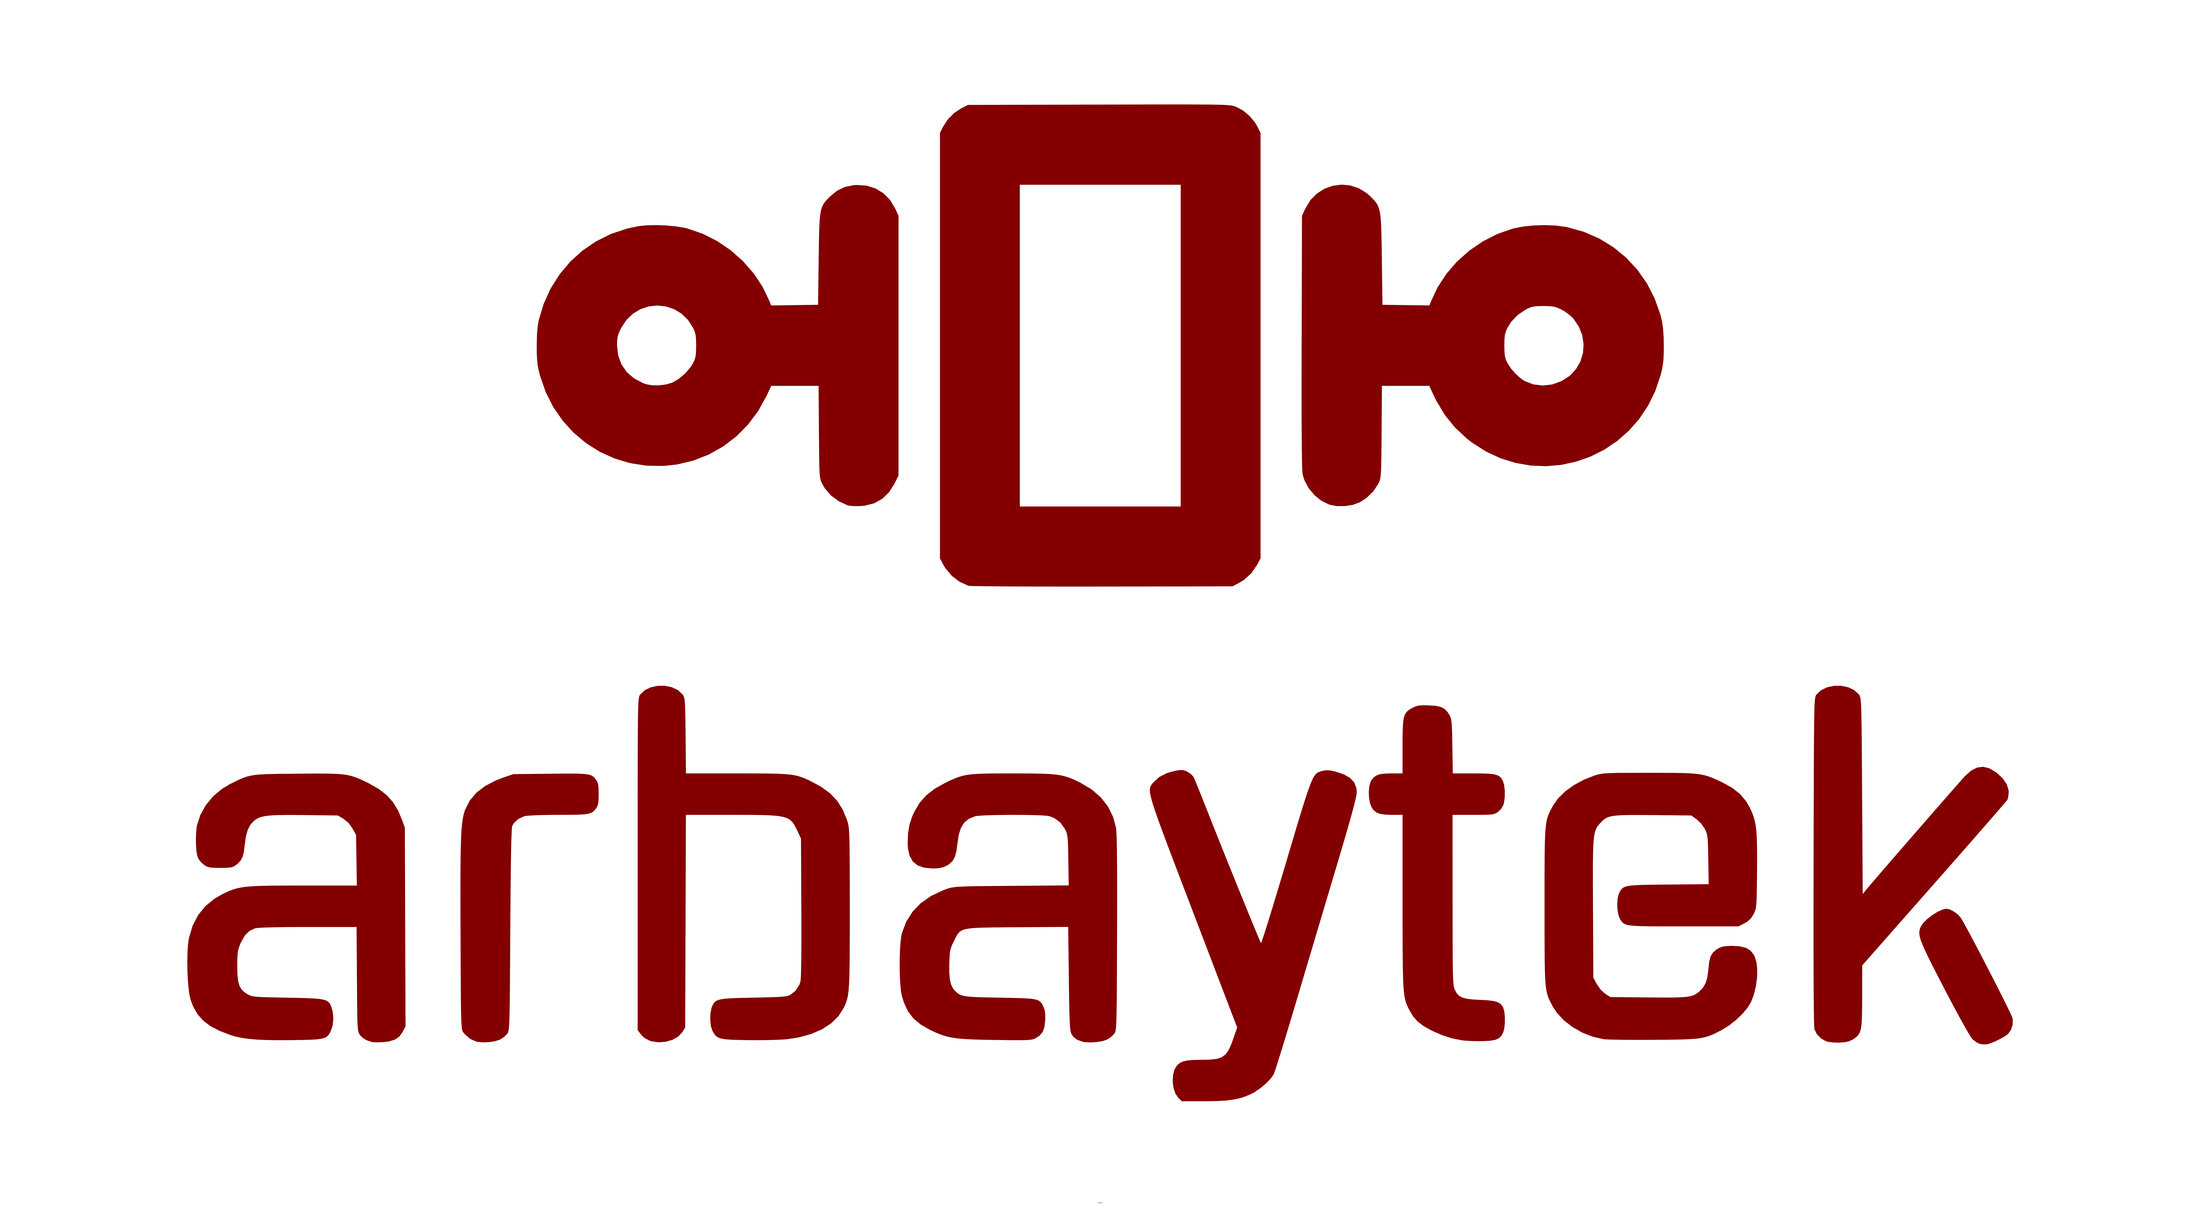
<source format=kicad_sym>
(kicad_symbol_lib
  (version 20220914)
  (generator kicad_symbol_editor)
  (symbol "LOGO"
    (pin_names
      (offset 1.016))
    (property "Reference" "#G"
      (at 0 761.365 0)
      (effects (font (size 1.27 1.27)) hide))
    (symbol "LOGO_0_0"
      (polyline (pts (xy 739.14 -368.042) (xy 741.937 -367.245) (xy 745.926 -365.609) (xy 750.192 -363.519) (xy 754.006 -361.337) (xy 756.636 -359.422) (xy 759.053 -356.128) (xy 760.508 -351.508) (xy 760.492 -346.551) (xy 759.998 -345.216) (xy 758.653 -342.253) (xy 756.579 -337.932) (xy 753.892 -332.48) (xy 750.71 -326.122) (xy 747.148 -319.086) (xy 743.323 -311.598) (xy 739.353 -303.884) (xy 735.353 -296.171) (xy 731.44 -288.685) (xy 727.732 -281.654) (xy 724.343 -275.303) (xy 721.392 -269.859) (xy 718.994 -265.548) (xy 717.267 -262.597) (xy 717.179 -262.458) (xy 714.876 -259.904) (xy 711.668 -257.5) (xy 708.289 -255.717) (xy 705.474 -255.026) (xy 702.197 -255.681) (xy 697.944 -257.582) (xy 693.447 -260.363) (xy 689.233 -263.652) (xy 685.828 -267.081) (xy 683.759 -270.279) (xy 683.663 -270.513) (xy 683.042 -272.309) (xy 682.705 -274.149) (xy 682.717 -276.208) (xy 683.146 -278.662) (xy 684.061 -281.685) (xy 685.527 -285.451) (xy 687.612 -290.137) (xy 690.384 -295.916) (xy 693.909 -302.963) (xy 698.255 -311.454) (xy 703.49 -321.564) (xy 705.542 -325.5) (xy 709.882 -333.732) (xy 713.971 -341.366) (xy 717.698 -348.201) (xy 720.952 -354.035) (xy 723.618 -358.664) (xy 725.586 -361.888) (xy 726.744 -363.504) (xy 727.512 -364.248) (xy 730.368 -366.407) (xy 733.019 -367.69) (xy 735.82 -368.128) (xy 739.14 -368.042)) (stroke (width 0.01) (type default)) (fill (type outline)))
      (polyline (pts (xy -13.214 13.524) (xy 1.524 13.54) (xy 110.236 13.716) (xy 115.536 16.51) (xy 119.833 19.138) (xy 126.022 24.731) (xy 130.81 31.784) (xy 133.604 37.084) (xy 133.604 214.376) (xy 133.604 391.668) (xy 131.112 396.748) (xy 128.971 400.4) (xy 124.415 405.865) (xy 118.972 410.394) (xy 113.222 413.448) (xy 112.456 413.729) (xy 111.522 414.033) (xy 110.464 414.301) (xy 109.163 414.536) (xy 107.501 414.737) (xy 105.356 414.909) (xy 102.611 415.052) (xy 99.146 415.168) (xy 94.842 415.26) (xy 89.579 415.33) (xy 83.238 415.379) (xy 75.701 415.409) (xy 66.846 415.422) (xy 56.557 415.42) (xy 44.712 415.406) (xy 31.193 415.38) (xy 15.881 415.345) (xy -1.344 415.303) (xy -110.236 415.036) (xy -115.29 412.549) (xy -121.552 408.469) (xy -127.036 402.985) (xy -131.117 396.722) (xy -133.604 391.668) (xy -133.604 214.376) (xy -133.604 80.264) (xy -67.056 80.264) (xy -67.056 214.376) (xy -67.056 348.488) (xy 0 348.488) (xy 67.056 348.488) (xy 67.056 214.376) (xy 67.056 80.264) (xy 0 80.264) (xy -67.056 80.264) (xy -133.604 80.264) (xy -133.604 37.084) (xy -130.825 31.814) (xy -129.037 28.799) (xy -123.718 22.46) (xy -117.159 17.474) (xy -109.728 14.149) (xy -108.414 14.046) (xy -105.197 13.948) (xy -100.218 13.859) (xy -93.612 13.778) (xy -85.516 13.707) (xy -76.063 13.647) (xy -65.391 13.597) (xy -53.634 13.559) (xy -40.928 13.534) (xy -27.41 13.522) (xy -13.214 13.524)) (stroke (width 0.01) (type default)) (fill (type outline)))
      (polyline (pts (xy -509.171 -366.195) (xy -504.162 -365.395) (xy -500.275 -364.106) (xy -499.731 -363.818) (xy -496.686 -361.7) (xy -494.35 -359.336) (xy -494.144 -359.048) (xy -493.794 -358.468) (xy -493.489 -357.724) (xy -493.224 -356.684) (xy -492.996 -355.213) (xy -492.8 -353.179) (xy -492.632 -350.447) (xy -492.489 -346.885) (xy -492.367 -342.359) (xy -492.26 -336.735) (xy -492.167 -329.88) (xy -492.081 -321.661) (xy -492 -311.944) (xy -491.92 -300.595) (xy -491.836 -287.481) (xy -491.744 -272.468) (xy -491.725 -269.374) (xy -491.613 -253.073) (xy -491.493 -238.723) (xy -491.363 -226.256) (xy -491.223 -215.602) (xy -491.07 -206.694) (xy -490.903 -199.462) (xy -490.722 -193.839) (xy -490.524 -189.754) (xy -490.308 -187.14) (xy -490.074 -185.928) (xy -488.761 -183.697) (xy -485.02 -180.149) (xy -480.06 -177.903) (xy -479.678 -177.815) (xy -476.895 -177.476) (xy -472.421 -177.19) (xy -466.532 -176.971) (xy -459.504 -176.829) (xy -451.612 -176.775) (xy -446.66 -176.766) (xy -439.503 -176.712) (xy -433.967 -176.571) (xy -429.793 -176.297) (xy -426.719 -175.846) (xy -424.484 -175.173) (xy -422.829 -174.232) (xy -421.492 -172.981) (xy -420.214 -171.372) (xy -420.112 -171.233) (xy -419.079 -169.452) (xy -418.462 -167.264) (xy -418.162 -164.129) (xy -418.084 -159.507) (xy -418.084 -159.07) (xy -418.177 -154.588) (xy -418.498 -151.55) (xy -419.144 -149.417) (xy -420.214 -147.647) (xy -421.238 -146.314) (xy -422.386 -145.089) (xy -423.743 -144.136) (xy -425.535 -143.425) (xy -427.992 -142.925) (xy -431.341 -142.605) (xy -435.81 -142.433) (xy -441.627 -142.38) (xy -449.019 -142.414) (xy -458.216 -142.505) (xy -489.204 -142.834) (xy -497.671 -145.748) (xy -503.628 -148.034) (xy -512.677 -152.721) (xy -519.933 -158.286) (xy -525.44 -164.762) (xy -529.239 -172.187) (xy -529.642 -173.305) (xy -530.339 -175.535) (xy -530.947 -178.004) (xy -531.471 -180.852) (xy -531.917 -184.215) (xy -532.289 -188.232) (xy -532.593 -193.04) (xy -532.834 -198.777) (xy -533.017 -205.581) (xy -533.147 -213.59) (xy -533.23 -222.942) (xy -533.271 -233.774) (xy -533.275 -246.225) (xy -533.248 -260.431) (xy -533.194 -276.532) (xy -533.191 -277.468) (xy -533.134 -291.871) (xy -533.081 -304.388) (xy -533.026 -315.158) (xy -532.966 -324.317) (xy -532.897 -332.005) (xy -532.814 -338.358) (xy -532.713 -343.515) (xy -532.592 -347.614) (xy -532.444 -350.793) (xy -532.267 -353.188) (xy -532.057 -354.94) (xy -531.808 -356.185) (xy -531.519 -357.06) (xy -531.183 -357.705) (xy -530.797 -358.257) (xy -529.945 -359.333) (xy -525.349 -363.458) (xy -520.067 -365.818) (xy -519.093 -366.029) (xy -514.437 -366.431) (xy -509.171 -366.195)) (stroke (width 0.01) (type default)) (fill (type outline)))
      (polyline (pts (xy 620.213 -366.36) (xy 623.926 -365.619) (xy 627.067 -364.177) (xy 629.797 -362.317) (xy 630.683 -361.495) (xy 632.005 -359.99) (xy 633.029 -358.223) (xy 633.792 -355.94) (xy 634.333 -352.889) (xy 634.691 -348.817) (xy 634.905 -343.471) (xy 635.013 -336.598) (xy 635.053 -327.947) (xy 635.107 -302.26) (xy 695.07 -234.188) (xy 703.52 -224.588) (xy 712.047 -214.886) (xy 720.107 -205.7) (xy 727.602 -197.143) (xy 734.435 -189.326) (xy 740.509 -182.361) (xy 745.726 -176.359) (xy 749.988 -171.434) (xy 753.197 -167.696) (xy 755.257 -165.257) (xy 756.069 -164.23) (xy 756.308 -163.682) (xy 756.904 -161.069) (xy 757.175 -157.836) (xy 757.091 -156.225) (xy 755.536 -151.243) (xy 752.115 -146.285) (xy 746.945 -141.538) (xy 746.68 -141.337) (xy 741.177 -138.044) (xy 735.96 -136.705) (xy 730.894 -137.336) (xy 725.844 -139.952) (xy 720.678 -144.569) (xy 719.168 -146.233) (xy 716.443 -149.302) (xy 712.693 -153.558) (xy 708.075 -158.823) (xy 702.742 -164.918) (xy 696.851 -171.666) (xy 690.557 -178.887) (xy 684.014 -186.402) (xy 677.379 -194.034) (xy 670.805 -201.604) (xy 664.449 -208.933) (xy 658.466 -215.843) (xy 653.011 -222.155) (xy 648.238 -227.691) (xy 644.304 -232.272) (xy 641.364 -235.72) (xy 639.572 -237.856) (xy 635.508 -242.808) (xy 635 -161.102) (xy 634.972 -156.592) (xy 634.882 -142.364) (xy 634.798 -129.994) (xy 634.716 -119.345) (xy 634.633 -110.282) (xy 634.543 -102.669) (xy 634.444 -96.372) (xy 634.33 -91.255) (xy 634.197 -87.182) (xy 634.042 -84.017) (xy 633.86 -81.626) (xy 633.647 -79.873) (xy 633.398 -78.622) (xy 633.111 -77.738) (xy 632.779 -77.085) (xy 632.4 -76.528) (xy 632.193 -76.25) (xy 628.275 -72.703) (xy 623.211 -70.351) (xy 617.465 -69.195) (xy 611.501 -69.235) (xy 605.786 -70.471) (xy 600.784 -72.902) (xy 596.959 -76.528) (xy 596.667 -76.949) (xy 596.399 -77.444) (xy 596.158 -78.11) (xy 595.943 -79.05) (xy 595.751 -80.367) (xy 595.583 -82.165) (xy 595.435 -84.547) (xy 595.305 -87.616) (xy 595.193 -91.477) (xy 595.095 -96.231) (xy 595.012 -101.984) (xy 594.939 -108.837) (xy 594.877 -116.896) (xy 594.823 -126.262) (xy 594.775 -137.04) (xy 594.731 -149.332) (xy 594.691 -163.243) (xy 594.651 -178.876) (xy 594.611 -196.334) (xy 594.568 -215.72) (xy 594.547 -225.99) (xy 594.513 -247.906) (xy 594.501 -267.798) (xy 594.508 -285.667) (xy 594.537 -301.51) (xy 594.585 -315.328) (xy 594.654 -327.118) (xy 594.744 -336.882) (xy 594.854 -344.617) (xy 594.985 -350.322) (xy 595.136 -353.998) (xy 595.307 -355.642) (xy 597.284 -359.578) (xy 600.757 -363.174) (xy 605.028 -365.553) (xy 606.291 -365.908) (xy 610.498 -366.501) (xy 615.438 -366.653) (xy 620.213 -366.36)) (stroke (width 0.01) (type default)) (fill (type outline)))
      (polyline (pts (xy 319.333 -365.397) (xy 325.116 -365.064) (xy 329.305 -364.315) (xy 332.255 -363.001) (xy 334.326 -360.976) (xy 335.873 -358.094) (xy 335.971 -357.847) (xy 336.84 -354.224) (xy 337.25 -349.613) (xy 337.207 -344.756) (xy 336.712 -340.397) (xy 335.771 -337.279) (xy 335.126 -336.16) (xy 333.442 -334.233) (xy 331.07 -332.864) (xy 327.677 -331.944) (xy 322.927 -331.364) (xy 316.484 -331.015) (xy 311.341 -330.757) (xy 305.985 -330.186) (xy 302.069 -329.233) (xy 299.256 -327.768) (xy 297.211 -325.657) (xy 295.598 -322.767) (xy 295.323 -322.122) (xy 294.986 -321.136) (xy 294.698 -319.906) (xy 294.455 -318.282) (xy 294.254 -316.117) (xy 294.089 -313.26) (xy 293.958 -309.563) (xy 293.856 -304.878) (xy 293.779 -299.054) (xy 293.725 -291.943) (xy 293.688 -283.396) (xy 293.665 -273.265) (xy 293.653 -261.399) (xy 293.646 -247.65) (xy 293.624 -176.784) (xy 310.746 -176.784) (xy 315.07 -176.778) (xy 320.262 -176.73) (xy 323.996 -176.599) (xy 326.62 -176.346) (xy 328.484 -175.932) (xy 329.934 -175.317) (xy 331.32 -174.463) (xy 331.409 -174.402) (xy 334.17 -171.752) (xy 335.985 -168.621) (xy 336.469 -166.889) (xy 337.12 -162.222) (xy 337.191 -157.098) (xy 336.697 -152.322) (xy 335.651 -148.699) (xy 335.567 -148.523) (xy 334.357 -146.396) (xy 332.87 -144.807) (xy 330.813 -143.678) (xy 327.894 -142.934) (xy 323.821 -142.497) (xy 318.302 -142.292) (xy 311.044 -142.24) (xy 293.82 -142.24) (xy 293.468 -119.634) (xy 293.434 -117.485) (xy 293.301 -110.512) (xy 293.145 -105.206) (xy 292.938 -101.279) (xy 292.656 -98.441) (xy 292.27 -96.404) (xy 291.755 -94.88) (xy 291.084 -93.578) (xy 289.42 -91.039) (xy 286.94 -88.469) (xy 283.855 -86.841) (xy 279.696 -85.934) (xy 273.994 -85.526) (xy 271.884 -85.461) (xy 267.851 -85.457) (xy 264.973 -85.748) (xy 262.63 -86.426) (xy 260.203 -87.583) (xy 258.971 -88.259) (xy 256.778 -89.672) (xy 255.096 -91.275) (xy 253.858 -93.332) (xy 252.997 -96.104) (xy 252.446 -99.856) (xy 252.135 -104.85) (xy 251.999 -111.35) (xy 251.968 -119.618) (xy 251.968 -142.24) (xy 242.57 -142.255) (xy 238.46 -142.332) (xy 233.974 -142.755) (xy 230.732 -143.683) (xy 228.279 -145.264) (xy 226.158 -147.649) (xy 225.483 -148.792) (xy 224.331 -152.615) (xy 223.846 -157.405) (xy 224.023 -162.489) (xy 224.857 -167.195) (xy 226.341 -170.852) (xy 227.604 -172.608) (xy 229.958 -174.641) (xy 233.125 -175.923) (xy 237.501 -176.592) (xy 243.484 -176.784) (xy 251.968 -176.784) (xy 251.983 -249.174) (xy 251.983 -250.88) (xy 251.989 -265.224) (xy 252.007 -277.706) (xy 252.046 -288.475) (xy 252.115 -297.683) (xy 252.223 -305.482) (xy 252.381 -312.024) (xy 252.597 -317.461) (xy 252.88 -321.942) (xy 253.241 -325.621) (xy 253.688 -328.649) (xy 254.231 -331.178) (xy 254.879 -333.358) (xy 255.641 -335.342) (xy 256.527 -337.28) (xy 257.547 -339.326) (xy 260.646 -344.581) (xy 264.351 -348.892) (xy 269.08 -352.578) (xy 275.326 -356.103) (xy 277.481 -357.164) (xy 285.521 -360.641) (xy 293.17 -363.053) (xy 301.284 -364.682) (xy 303.057 -364.901) (xy 307.522 -365.228) (xy 312.792 -365.414) (xy 318.067 -365.425) (xy 319.333 -365.397)) (stroke (width 0.01) (type default)) (fill (type outline)))
      (polyline (pts (xy -200.08 80.621) (xy -196.172 80.963) (xy -188.375 82.986) (xy -181.637 86.738) (xy -175.997 92.197) (xy -171.493 99.335) (xy -168.148 106.129) (xy -168.148 214.355) (xy -168.148 322.58) (xy -171.104 328.981) (xy -175.079 335.625) (xy -180.608 341.308) (xy -187.264 345.392) (xy -194.857 347.763) (xy -203.2 348.307) (xy -205.51 348.142) (xy -212.911 346.624) (xy -219.373 343.504) (xy -225.353 338.581) (xy -226.033 337.899) (xy -228.044 335.824) (xy -229.693 333.877) (xy -231.021 331.844) (xy -232.065 329.507) (xy -232.864 326.651) (xy -233.458 323.06) (xy -233.884 318.518) (xy -234.183 312.808) (xy -234.392 305.714) (xy -234.55 297.021) (xy -234.696 286.512) (xy -235.204 248.412) (xy -254.779 248.136) (xy -274.354 247.86) (xy -275.421 250.676) (xy -275.673 251.334) (xy -281.385 263.318) (xy -288.817 274.523) (xy -297.75 284.754) (xy -307.966 293.816) (xy -319.248 301.515) (xy -331.377 307.655) (xy -344.136 312.042) (xy -346.308 312.561) (xy -353.449 313.746) (xy -361.599 314.514) (xy -370.029 314.83) (xy -378.013 314.66) (xy -384.821 313.968) (xy -394.508 311.933) (xy -407.857 307.457) (xy -420.275 301.283) (xy -431.633 293.531) (xy -441.805 284.321) (xy -450.664 273.775) (xy -458.081 262.013) (xy -463.929 249.155) (xy -468.08 235.321) (xy -468.88 230.699) (xy -469.509 223.219) (xy -469.69 214.505) (xy -402.781 214.505) (xy -402.697 218.716) (xy -402.236 222.05) (xy -401.171 225.223) (xy -399.275 229.185) (xy -394.959 235.758) (xy -389.458 241.037) (xy -383.151 244.807) (xy -376.31 247.07) (xy -369.207 247.826) (xy -362.113 247.076) (xy -355.3 244.82) (xy -349.04 241.061) (xy -343.605 235.797) (xy -339.266 229.03) (xy -338.988 228.455) (xy -337.87 225.714) (xy -337.208 222.885) (xy -336.894 219.321) (xy -336.819 214.376) (xy -336.833 212.125) (xy -336.988 207.964) (xy -337.41 204.919) (xy -338.215 202.346) (xy -339.522 199.603) (xy -341.213 196.817) (xy -345.611 191.524) (xy -350.907 186.921) (xy -356.421 183.653) (xy -356.456 183.637) (xy -361.616 182.06) (xy -367.628 181.267) (xy -373.609 181.316) (xy -378.677 182.261) (xy -381.139 183.147) (xy -388.629 187.081) (xy -394.639 192.317) (xy -399.067 198.723) (xy -401.815 206.164) (xy -402.781 214.505) (xy -469.69 214.505) (xy -469.703 213.868) (xy -469.645 208.164) (xy -469.425 202.993) (xy -468.976 198.662) (xy -468.228 194.536) (xy -467.114 189.98) (xy -466.824 188.907) (xy -462.097 175.387) (xy -455.752 162.93) (xy -447.931 151.642) (xy -438.776 141.626) (xy -428.43 132.987) (xy -417.035 125.829) (xy -404.733 120.258) (xy -391.665 116.376) (xy -377.975 114.29) (xy -363.805 114.103) (xy -352.697 115.327) (xy -339.092 118.573) (xy -326.234 123.615) (xy -314.268 130.356) (xy -303.338 138.697) (xy -293.589 148.542) (xy -285.163 159.79) (xy -278.207 172.345) (xy -274.222 180.848) (xy -254.494 180.848) (xy -234.766 180.848) (xy -234.477 142.494) (xy -234.429 136.24) (xy -234.356 127.545) (xy -234.274 120.533) (xy -234.173 114.989) (xy -234.036 110.697) (xy -233.852 107.441) (xy -233.605 105.004) (xy -233.283 103.172) (xy -232.872 101.727) (xy -232.357 100.455) (xy -231.726 99.138) (xy -229.664 95.573) (xy -224.477 89.508) (xy -217.913 84.607) (xy -210.312 81.154) (xy -210.195 81.119) (xy -207.811 80.76) (xy -204.195 80.582) (xy -200.08 80.621)) (stroke (width 0.01) (type default)) (fill (type outline)))
      (polyline (pts (xy 86.536 -415.526) (xy 88.451 -415.521) (xy 97.3 -415.364) (xy 104.58 -414.947) (xy 110.674 -414.213) (xy 115.963 -413.102) (xy 120.827 -411.556) (xy 125.65 -409.516) (xy 128.549 -407.971) (xy 133.48 -404.632) (xy 138.16 -400.702) (xy 142.053 -396.651) (xy 144.621 -392.946) (xy 144.627 -392.935) (xy 145.224 -391.352) (xy 146.34 -388.003) (xy 147.918 -383.067) (xy 149.904 -376.725) (xy 152.241 -369.155) (xy 154.875 -360.538) (xy 157.749 -351.054) (xy 160.809 -340.881) (xy 163.998 -330.2) (xy 164.404 -328.836) (xy 168.274 -315.828) (xy 172.495 -301.648) (xy 176.934 -286.742) (xy 181.457 -271.555) (xy 185.931 -256.534) (xy 190.225 -242.123) (xy 194.206 -228.768) (xy 197.739 -216.916) (xy 199.319 -211.611) (xy 202.942 -199.348) (xy 205.99 -188.879) (xy 208.492 -180.099) (xy 210.475 -172.906) (xy 211.967 -167.195) (xy 212.997 -162.863) (xy 213.593 -159.807) (xy 213.783 -157.923) (xy 213.469 -154.498) (xy 211.685 -149.836) (xy 208.241 -146.044) (xy 203.043 -143.031) (xy 195.996 -140.708) (xy 195.225 -140.518) (xy 191.185 -139.717) (xy 188.103 -139.605) (xy 185.167 -140.139) (xy 184.707 -140.263) (xy 183.22 -140.686) (xy 181.892 -141.196) (xy 180.669 -141.924) (xy 179.498 -143.006) (xy 178.326 -144.572) (xy 177.101 -146.756) (xy 175.771 -149.692) (xy 174.281 -153.511) (xy 172.579 -158.347) (xy 170.614 -164.332) (xy 168.331 -171.6) (xy 165.678 -180.284) (xy 162.602 -190.516) (xy 159.05 -202.429) (xy 154.97 -216.157) (xy 152.47 -224.547) (xy 149.205 -235.434) (xy 146.131 -245.601) (xy 143.297 -254.894) (xy 140.749 -263.159) (xy 138.537 -270.244) (xy 136.707 -275.993) (xy 135.308 -280.255) (xy 134.386 -282.874) (xy 133.99 -283.697) (xy 133.592 -282.903) (xy 132.485 -280.374) (xy 130.764 -276.301) (xy 128.505 -270.873) (xy 125.785 -264.276) (xy 122.679 -256.698) (xy 119.264 -248.326) (xy 115.615 -239.348) (xy 111.809 -229.951) (xy 107.922 -220.322) (xy 104.03 -210.649) (xy 100.209 -201.118) (xy 96.535 -191.919) (xy 93.085 -183.237) (xy 89.934 -175.26) (xy 89.387 -173.869) (xy 86.591 -166.805) (xy 83.997 -160.308) (xy 81.712 -154.642) (xy 79.845 -150.074) (xy 78.501 -146.867) (xy 77.79 -145.288) (xy 77.499 -144.82) (xy 75.408 -142.668) (xy 72.62 -140.817) (xy 71.016 -140.066) (xy 68.816 -139.447) (xy 66.29 -139.458) (xy 62.618 -140.036) (xy 55.544 -141.986) (xy 49.175 -145.253) (xy 44.378 -149.613) (xy 43.826 -150.285) (xy 42.987 -151.317) (xy 42.286 -152.335) (xy 41.754 -153.451) (xy 41.428 -154.778) (xy 41.341 -156.428) (xy 41.528 -158.515) (xy 42.023 -161.15) (xy 42.861 -164.446) (xy 44.075 -168.516) (xy 45.7 -173.473) (xy 47.772 -179.429) (xy 50.323 -186.496) (xy 53.388 -194.788) (xy 57.002 -204.417) (xy 61.2 -215.495) (xy 66.014 -228.135) (xy 71.481 -242.45) (xy 77.634 -258.552) (xy 114.113 -354.037) (xy 111.158 -362.638) (xy 109.15 -368.15) (xy 106.864 -373.099) (xy 104.332 -376.597) (xy 101.199 -378.89) (xy 97.11 -380.225) (xy 91.712 -380.845) (xy 84.648 -380.998) (xy 82.941 -381.004) (xy 76.905 -381.154) (xy 72.412 -381.575) (xy 69.074 -382.346) (xy 66.501 -383.55) (xy 64.304 -385.269) (xy 64.031 -385.539) (xy 61.867 -389.056) (xy 60.658 -393.733) (xy 60.388 -399.002) (xy 61.042 -404.296) (xy 62.603 -409.046) (xy 65.057 -412.685) (xy 67.916 -415.544) (xy 86.536 -415.526)) (stroke (width 0.01) (type default)) (fill (type outline)))
      (polyline (pts (xy 210.482 81.642) (xy 216.189 83.689) (xy 222.065 87.506) (xy 227.685 93.026) (xy 231.839 99.372) (xy 232.13 99.969) (xy 232.681 101.213) (xy 233.125 102.551) (xy 233.478 104.199) (xy 233.752 106.372) (xy 233.961 109.285) (xy 234.116 113.155) (xy 234.233 118.195) (xy 234.323 124.621) (xy 234.4 132.649) (xy 234.477 142.494) (xy 234.766 180.848) (xy 254.494 180.848) (xy 274.222 180.848) (xy 278.233 172.29) (xy 280.171 168.343) (xy 287.25 156.534) (xy 295.651 146.126) (xy 305.564 136.871) (xy 309.517 133.796) (xy 321.264 126.243) (xy 333.509 120.527) (xy 346.095 116.596) (xy 358.868 114.397) (xy 371.671 113.881) (xy 384.348 114.996) (xy 396.745 117.691) (xy 408.705 121.914) (xy 420.072 127.615) (xy 430.691 134.743) (xy 440.406 143.245) (xy 449.062 153.071) (xy 456.502 164.169) (xy 462.572 176.49) (xy 467.114 189.98) (xy 468.11 193.998) (xy 468.899 198.143) (xy 469.382 202.414) (xy 469.627 207.444) (xy 469.703 213.868) (xy 469.588 221.345) (xy 469.055 229.223) (xy 468.08 235.321) (xy 466.83 240.256) (xy 462.065 253.763) (xy 455.635 266.261) (xy 447.667 277.628) (xy 438.285 287.74) (xy 427.616 296.472) (xy 415.783 303.702) (xy 402.914 309.305) (xy 389.133 313.158) (xy 388.695 313.247) (xy 380.285 314.399) (xy 370.869 314.825) (xy 361.18 314.544) (xy 351.952 313.577) (xy 343.916 311.944) (xy 331.276 307.556) (xy 318.982 301.342) (xy 307.616 293.584) (xy 297.378 284.46) (xy 288.466 274.149) (xy 281.08 262.828) (xy 275.419 250.676) (xy 274.353 247.86) (xy 254.779 248.136) (xy 235.204 248.412) (xy 234.696 286.512) (xy 234.637 290.906) (xy 234.492 300.691) (xy 234.317 308.747) (xy 234.072 315.292) (xy 233.716 320.542) (xy 233.206 324.715) (xy 232.501 328.027) (xy 231.559 330.697) (xy 230.339 332.94) (xy 228.8 334.974) (xy 226.9 337.017) (xy 224.597 339.285) (xy 222.129 341.464) (xy 215.57 345.535) (xy 208.479 347.885) (xy 201.148 348.57) (xy 193.87 347.646) (xy 186.935 345.169) (xy 180.634 341.195) (xy 175.26 335.78) (xy 171.104 328.981) (xy 168.148 322.58) (xy 167.871 217.442) (xy 167.863 214.376) (xy 336.819 214.376) (xy 336.82 215.47) (xy 336.933 220.098) (xy 337.306 223.47) (xy 338.048 226.231) (xy 339.266 229.03) (xy 342.362 234.054) (xy 347.917 239.922) (xy 354.803 244.558) (xy 355.727 245.034) (xy 358.511 246.262) (xy 361.24 246.973) (xy 364.611 247.303) (xy 369.316 247.387) (xy 370.503 247.385) (xy 374.921 247.259) (xy 378.194 246.839) (xy 381.049 245.989) (xy 384.211 244.572) (xy 386.679 243.185) (xy 390.611 240.414) (xy 393.726 237.582) (xy 394.381 236.837) (xy 398.95 230.121) (xy 401.764 222.906) (xy 402.873 215.474) (xy 402.325 208.102) (xy 400.169 201.073) (xy 396.453 194.664) (xy 391.227 189.156) (xy 384.538 184.828) (xy 376.748 182.02) (xy 368.797 181.088) (xy 361.002 182.031) (xy 353.675 184.849) (xy 350.119 187.3) (xy 346.026 191.085) (xy 342.28 195.409) (xy 339.522 199.603) (xy 338.901 200.825) (xy 337.82 203.417) (xy 337.192 206.112) (xy 336.897 209.55) (xy 336.819 214.376) (xy 167.863 214.376) (xy 167.853 210.353) (xy 167.82 191.327) (xy 167.812 174.3) (xy 167.829 159.247) (xy 167.872 146.143) (xy 167.94 134.965) (xy 168.035 125.687) (xy 168.156 118.285) (xy 168.303 112.734) (xy 168.476 109.01) (xy 168.677 107.088) (xy 170.186 102.141) (xy 173.748 95.493) (xy 178.653 89.603) (xy 184.53 84.891) (xy 191.008 81.778) (xy 191.048 81.765) (xy 197.061 80.616) (xy 203.823 80.596) (xy 210.482 81.642)) (stroke (width 0.01) (type default)) (fill (type outline)))
      (polyline (pts (xy -362.216 -365.951) (xy -356.515 -364.293) (xy -351.707 -361.536) (xy -348.272 -357.814) (xy -345.948 -354.076) (xy -345.667 -265.43) (xy -345.386 -176.784) (xy -307.498 -176.784) (xy -296.901 -176.792) (xy -287.421 -176.847) (xy -279.601 -176.998) (xy -273.25 -177.292) (xy -268.174 -177.776) (xy -264.183 -178.498) (xy -261.086 -179.507) (xy -258.689 -180.848) (xy -256.802 -182.571) (xy -255.233 -184.723) (xy -253.79 -187.351) (xy -252.281 -190.503) (xy -249.428 -196.596) (xy -249.142 -254.28) (xy -249.111 -261.551) (xy -249.085 -274.824) (xy -249.106 -286.333) (xy -249.174 -296.035) (xy -249.289 -303.884) (xy -249.45 -309.836) (xy -249.656 -313.846) (xy -249.907 -315.87) (xy -250.775 -318.394) (xy -253.89 -323.332) (xy -258.408 -326.904) (xy -258.922 -327.158) (xy -260.333 -327.647) (xy -262.301 -328.039) (xy -265.072 -328.351) (xy -268.891 -328.602) (xy -274.004 -328.81) (xy -280.658 -328.993) (xy -289.098 -329.17) (xy -292.283 -329.231) (xy -300.515 -329.419) (xy -307.023 -329.652) (xy -312.037 -329.981) (xy -315.789 -330.458) (xy -318.509 -331.134) (xy -320.427 -332.06) (xy -321.775 -333.287) (xy -322.783 -334.867) (xy -323.681 -336.85) (xy -324.181 -338.312) (xy -324.954 -342.835) (xy -325.062 -347.94) (xy -324.519 -352.79) (xy -323.341 -356.544) (xy -322.926 -357.346) (xy -321.656 -359.522) (xy -320.251 -361.188) (xy -318.44 -362.416) (xy -315.952 -363.28) (xy -312.515 -363.855) (xy -307.859 -364.213) (xy -301.713 -364.428) (xy -293.806 -364.575) (xy -293.036 -364.586) (xy -285.666 -364.623) (xy -278.258 -364.55) (xy -271.329 -364.379) (xy -265.397 -364.123) (xy -260.978 -363.793) (xy -251.482 -362.349) (xy -241.066 -359.517) (xy -231.963 -355.571) (xy -224.31 -350.587) (xy -218.245 -344.64) (xy -213.906 -337.807) (xy -213.522 -336.992) (xy -212.59 -334.939) (xy -211.789 -332.945) (xy -211.109 -330.847) (xy -210.541 -328.486) (xy -210.074 -325.701) (xy -209.698 -322.33) (xy -209.403 -318.215) (xy -209.18 -313.192) (xy -209.019 -307.102) (xy -208.91 -299.784) (xy -208.841 -291.077) (xy -208.805 -280.821) (xy -208.791 -268.854) (xy -208.788 -255.016) (xy -208.791 -242.626) (xy -208.802 -231.011) (xy -208.826 -221.123) (xy -208.866 -212.804) (xy -208.928 -205.895) (xy -209.014 -200.239) (xy -209.129 -195.677) (xy -209.278 -192.05) (xy -209.464 -189.2) (xy -209.69 -186.969) (xy -209.963 -185.198) (xy -210.284 -183.728) (xy -210.659 -182.403) (xy -211.169 -180.81) (xy -214.722 -172.256) (xy -219.363 -164.977) (xy -225.326 -158.723) (xy -232.839 -153.243) (xy -242.136 -148.287) (xy -243.533 -147.641) (xy -246.482 -146.339) (xy -249.259 -145.264) (xy -252.087 -144.396) (xy -255.184 -143.712) (xy -258.772 -143.19) (xy -263.07 -142.808) (xy -268.299 -142.545) (xy -274.679 -142.379) (xy -282.43 -142.287) (xy -291.773 -142.248) (xy -302.927 -142.24) (xy -345.332 -142.24) (xy -345.64 -110.816) (xy -345.651 -109.693) (xy -345.743 -101.066) (xy -345.841 -94.213) (xy -345.961 -88.903) (xy -346.118 -84.906) (xy -346.33 -81.99) (xy -346.612 -79.926) (xy -346.98 -78.481) (xy -347.45 -77.425) (xy -348.039 -76.526) (xy -348.246 -76.25) (xy -352.164 -72.703) (xy -357.229 -70.351) (xy -362.976 -69.195) (xy -368.939 -69.235) (xy -374.654 -70.471) (xy -379.656 -72.902) (xy -383.481 -76.528) (xy -383.534 -76.602) (xy -383.824 -77.03) (xy -384.085 -77.541) (xy -384.319 -78.236) (xy -384.527 -79.22) (xy -384.711 -80.594) (xy -384.871 -82.462) (xy -385.01 -84.925) (xy -385.13 -88.086) (xy -385.231 -92.048) (xy -385.316 -96.914) (xy -385.385 -102.785) (xy -385.44 -109.766) (xy -385.484 -117.957) (xy -385.516 -127.463) (xy -385.54 -138.385) (xy -385.555 -150.826) (xy -385.565 -164.888) (xy -385.57 -180.675) (xy -385.572 -198.289) (xy -385.572 -217.832) (xy -385.572 -356.266) (xy -382.742 -359.977) (xy -379.907 -362.818) (xy -375.122 -365.221) (xy -374.383 -365.443) (xy -368.332 -366.379) (xy -362.216 -365.951)) (stroke (width 0.01) (type default)) (fill (type outline)))
      (polyline (pts (xy -598.077 -366.265) (xy -592.765 -365.649) (xy -587.776 -364.076) (xy -584.087 -361.44) (xy -581.376 -357.573) (xy -579.06 -353.06) (xy -579.344 -270.256) (xy -579.628 -187.452) (xy -581.997 -180.887) (xy -585.078 -173.55) (xy -589.395 -166.345) (xy -594.784 -160.302) (xy -601.562 -155.072) (xy -610.05 -150.308) (xy -614.1 -148.339) (xy -617.759 -146.669) (xy -621.15 -145.33) (xy -624.528 -144.288) (xy -628.149 -143.509) (xy -632.269 -142.96) (xy -637.143 -142.606) (xy -643.026 -142.414) (xy -650.175 -142.35) (xy -658.844 -142.381) (xy -669.29 -142.471) (xy -671.318 -142.49) (xy -680.869 -142.584) (xy -688.701 -142.694) (xy -695.078 -142.861) (xy -700.263 -143.125) (xy -704.52 -143.528) (xy -708.113 -144.11) (xy -711.303 -144.912) (xy -714.356 -145.974) (xy -717.534 -147.338) (xy -721.1 -149.044) (xy -725.319 -151.132) (xy -731.941 -155.053) (xy -739.355 -161.278) (xy -745.479 -168.637) (xy -750.069 -176.828) (xy -752.883 -185.548) (xy -753.104 -186.833) (xy -753.523 -191.037) (xy -753.74 -196.1) (xy -753.71 -201.193) (xy -753.391 -206.562) (xy -752.701 -210.697) (xy -751.441 -213.793) (xy -749.4 -216.354) (xy -746.37 -218.885) (xy -745.689 -219.36) (xy -743.977 -220.189) (xy -741.712 -220.682) (xy -738.403 -220.919) (xy -733.557 -220.98) (xy -731.282 -220.97) (xy -727.147 -220.845) (xy -724.34 -220.509) (xy -722.368 -219.882) (xy -720.739 -218.885) (xy -719.087 -217.579) (xy -716.565 -214.965) (xy -714.898 -211.921) (xy -713.841 -207.913) (xy -713.147 -202.41) (xy -713.115 -202.067) (xy -712.134 -194.951) (xy -710.637 -189.464) (xy -708.493 -185.253) (xy -705.571 -181.964) (xy -704.179 -180.843) (xy -702.135 -179.594) (xy -699.684 -178.617) (xy -696.594 -177.887) (xy -692.634 -177.374) (xy -687.571 -177.053) (xy -681.174 -176.894) (xy -673.21 -176.871) (xy -663.448 -176.955) (xy -635.508 -177.292) (xy -630.885 -180.01) (xy -630.822 -180.047) (xy -626.623 -183.392) (xy -623.265 -188.138) (xy -620.268 -193.548) (xy -619.941 -214.63) (xy -619.613 -235.712) (xy -664.736 -235.712) (xy -675.352 -235.72) (xy -685.494 -235.761) (xy -694.005 -235.86) (xy -701.099 -236.039) (xy -706.987 -236.322) (xy -711.881 -236.733) (xy -715.994 -237.295) (xy -719.538 -238.032) (xy -722.726 -238.967) (xy -725.768 -240.124) (xy -728.879 -241.526) (xy -732.269 -243.197) (xy -738.177 -246.615) (xy -745.855 -252.859) (xy -751.965 -260.387) (xy -756.528 -269.224) (xy -759.566 -279.4) (xy -759.709 -280.122) (xy -760.386 -285.333) (xy -760.79 -291.812) (xy -760.933 -299.086) (xy -760.828 -306.688) (xy -760.489 -314.146) (xy -759.926 -320.991) (xy -759.153 -326.752) (xy -758.183 -330.96) (xy -756.036 -336.559) (xy -752.472 -342.874) (xy -747.846 -348.187) (xy -741.916 -352.712) (xy -734.443 -356.664) (xy -725.184 -360.257) (xy -721.303 -361.435) (xy -716.047 -362.612) (xy -710.052 -363.498) (xy -703.061 -364.115) (xy -694.818 -364.482) (xy -685.066 -364.623) (xy -673.547 -364.557) (xy -672.885 -364.549) (xy -664.583 -364.423) (xy -658.046 -364.241) (xy -653.027 -363.937) (xy -649.277 -363.445) (xy -646.549 -362.699) (xy -644.592 -361.632) (xy -643.16 -360.179) (xy -642.005 -358.273) (xy -640.876 -355.847) (xy -639.76 -352.152) (xy -639.239 -346.571) (xy -639.715 -340.87) (xy -641.176 -335.966) (xy -641.488 -335.315) (xy -642.407 -333.755) (xy -643.583 -332.511) (xy -645.24 -331.542) (xy -647.597 -330.807) (xy -650.879 -330.264) (xy -655.305 -329.873) (xy -661.098 -329.592) (xy -668.48 -329.38) (xy -677.672 -329.197) (xy -678.026 -329.191) (xy -686.392 -329.035) (xy -692.989 -328.888) (xy -698.072 -328.728) (xy -701.892 -328.531) (xy -704.705 -328.275) (xy -706.763 -327.937) (xy -708.32 -327.494) (xy -709.63 -326.924) (xy -710.946 -326.203) (xy -713.111 -324.812) (xy -715.678 -322.406) (xy -717.459 -319.356) (xy -718.58 -315.32) (xy -719.161 -309.957) (xy -719.328 -302.925) (xy -719.328 -302.236) (xy -719.269 -296.896) (xy -719.056 -292.975) (xy -718.613 -289.919) (xy -717.864 -287.176) (xy -716.731 -284.195) (xy -716.251 -283.072) (xy -713.025 -277.416) (xy -709.12 -273.554) (xy -704.396 -271.34) (xy -703.642 -271.198) (xy -700.61 -270.926) (xy -695.729 -270.696) (xy -689.124 -270.512) (xy -680.917 -270.376) (xy -671.233 -270.291) (xy -660.197 -270.262) (xy -619.861 -270.256) (xy -619.557 -313.69) (xy -619.539 -316.114) (xy -619.465 -326.229) (xy -619.391 -334.547) (xy -619.307 -341.259) (xy -619.202 -346.559) (xy -619.065 -350.639) (xy -618.887 -353.692) (xy -618.656 -355.91) (xy -618.361 -357.486) (xy -617.993 -358.614) (xy -617.54 -359.485) (xy -616.992 -360.292) (xy -615.473 -362.071) (xy -612.004 -364.451) (xy -607.06 -366.157) (xy -605.188 -366.354) (xy -601.926 -366.399) (xy -598.077 -366.265)) (stroke (width 0.01) (type default)) (fill (type outline)))
      (polyline (pts (xy 461.264 -364.314) (xy 469.534 -364.251) (xy 478.426 -364.15) (xy 485.737 -363.991) (xy 491.719 -363.739) (xy 496.623 -363.358) (xy 500.702 -362.813) (xy 504.208 -362.069) (xy 507.394 -361.09) (xy 510.51 -359.84) (xy 513.811 -358.284) (xy 517.546 -356.386) (xy 517.792 -356.259) (xy 523.794 -352.568) (xy 529.708 -347.954) (xy 535.086 -342.84) (xy 539.478 -337.651) (xy 542.439 -332.81) (xy 544.698 -326.86) (xy 546.441 -319.774) (xy 547.414 -312.507) (xy 547.58 -305.557) (xy 546.9 -299.422) (xy 545.338 -294.601) (xy 544.666 -293.368) (xy 541.901 -289.916) (xy 538.219 -287.641) (xy 533.293 -286.392) (xy 526.795 -286.017) (xy 525.298 -286.029) (xy 520.91 -286.273) (xy 517.755 -286.91) (xy 515.217 -288.049) (xy 513.356 -289.229) (xy 510.581 -291.686) (xy 508.75 -294.736) (xy 507.625 -298.854) (xy 506.969 -304.516) (xy 506.772 -306.801) (xy 505.914 -312.682) (xy 504.542 -317.168) (xy 502.474 -320.725) (xy 499.532 -323.82) (xy 498.204 -324.942) (xy 496.462 -326.184) (xy 494.54 -327.164) (xy 492.208 -327.908) (xy 489.233 -328.445) (xy 485.383 -328.802) (xy 480.428 -329.007) (xy 474.137 -329.089) (xy 466.276 -329.075) (xy 456.615 -328.993) (xy 425.043 -328.676) (xy 420.816 -325.877) (xy 417.164 -322.645) (xy 413.781 -317.749) (xy 410.972 -312.42) (xy 410.685 -255.134) (xy 410.636 -244.88) (xy 410.592 -233.268) (xy 410.587 -223.398) (xy 410.634 -215.107) (xy 410.75 -208.23) (xy 410.948 -202.604) (xy 411.245 -198.066) (xy 411.656 -194.452) (xy 412.194 -191.598) (xy 412.877 -189.341) (xy 413.718 -187.516) (xy 414.733 -185.961) (xy 415.937 -184.512) (xy 417.345 -183.004) (xy 418.901 -181.454) (xy 420.586 -180.092) (xy 422.5 -179.018) (xy 424.868 -178.202) (xy 427.915 -177.613) (xy 431.868 -177.219) (xy 436.95 -176.99) (xy 443.389 -176.895) (xy 451.408 -176.904) (xy 461.233 -176.984) (xy 492.589 -177.292) (xy 496.937 -180.349) (xy 496.959 -180.365) (xy 500.816 -183.96) (xy 503.88 -188.445) (xy 504.287 -189.246) (xy 505.072 -190.971) (xy 505.652 -192.752) (xy 506.065 -194.919) (xy 506.35 -197.8) (xy 506.542 -201.726) (xy 506.681 -207.025) (xy 506.804 -214.027) (xy 507.132 -234.571) (xy 473.276 -234.887) (xy 467.087 -234.946) (xy 458.517 -235.048) (xy 451.64 -235.19) (xy 446.244 -235.414) (xy 442.119 -235.757) (xy 439.055 -236.26) (xy 436.841 -236.961) (xy 435.266 -237.9) (xy 434.12 -239.115) (xy 433.192 -240.648) (xy 432.272 -242.535) (xy 432.139 -242.833) (xy 431.224 -246.482) (xy 430.903 -251.123) (xy 431.144 -256.015) (xy 431.914 -260.414) (xy 433.182 -263.577) (xy 433.525 -264.104) (xy 434.42 -265.434) (xy 435.342 -266.537) (xy 436.473 -267.433) (xy 437.995 -268.146) (xy 440.091 -268.695) (xy 442.944 -269.102) (xy 446.734 -269.388) (xy 451.645 -269.574) (xy 457.859 -269.682) (xy 465.558 -269.733) (xy 474.924 -269.748) (xy 486.14 -269.748) (xy 531.932 -269.748) (xy 536.944 -267.168) (xy 539.195 -265.88) (xy 542.175 -263.287) (xy 544.536 -259.579) (xy 544.97 -258.73) (xy 545.609 -257.357) (xy 546.11 -255.921) (xy 546.494 -254.176) (xy 546.779 -251.875) (xy 546.985 -248.773) (xy 547.131 -244.623) (xy 547.238 -239.18) (xy 547.325 -232.197) (xy 547.411 -223.428) (xy 547.428 -221.552) (xy 547.478 -211.444) (xy 547.419 -203.064) (xy 547.221 -196.151) (xy 546.855 -190.446) (xy 546.291 -185.689) (xy 545.501 -181.621) (xy 544.454 -177.981) (xy 543.122 -174.509) (xy 541.474 -170.947) (xy 538.285 -165.424) (xy 533.349 -159.532) (xy 527.061 -154.503) (xy 519.089 -150.025) (xy 517.739 -149.374) (xy 513.762 -147.494) (xy 510.233 -145.952) (xy 506.905 -144.714) (xy 503.527 -143.746) (xy 499.854 -143.016) (xy 495.637 -142.49) (xy 490.627 -142.133) (xy 484.577 -141.914) (xy 477.24 -141.798) (xy 468.366 -141.751) (xy 457.708 -141.742) (xy 455.133 -141.741) (xy 445.673 -141.746) (xy 437.962 -141.77) (xy 431.774 -141.824) (xy 426.881 -141.921) (xy 423.056 -142.07) (xy 420.071 -142.284) (xy 417.699 -142.573) (xy 415.713 -142.949) (xy 413.885 -143.423) (xy 411.988 -144.006) (xy 403.258 -147.407) (xy 394.837 -151.959) (xy 387.47 -157.293) (xy 381.483 -163.17) (xy 377.202 -169.354) (xy 376.023 -171.571) (xy 374.857 -173.833) (xy 373.863 -175.982) (xy 373.025 -178.182) (xy 372.332 -180.598) (xy 371.769 -183.397) (xy 371.323 -186.742) (xy 370.98 -190.798) (xy 370.726 -195.731) (xy 370.55 -201.706) (xy 370.435 -208.888) (xy 370.37 -217.442) (xy 370.34 -227.532) (xy 370.332 -239.325) (xy 370.332 -252.984) (xy 370.332 -265.07) (xy 370.338 -277.083) (xy 370.364 -287.374) (xy 370.425 -296.107) (xy 370.532 -303.448) (xy 370.701 -309.562) (xy 370.944 -314.614) (xy 371.275 -318.769) (xy 371.707 -322.192) (xy 372.255 -325.047) (xy 372.93 -327.5) (xy 373.748 -329.717) (xy 374.722 -331.861) (xy 375.865 -334.098) (xy 377.19 -336.593) (xy 380.503 -341.703) (xy 386.373 -348.028) (xy 393.593 -353.642) (xy 401.788 -358.302) (xy 410.583 -361.767) (xy 419.6 -363.798) (xy 421.32 -363.939) (xy 425.077 -364.09) (xy 430.364 -364.21) (xy 436.905 -364.296) (xy 444.42 -364.344) (xy 452.632 -364.351) (xy 461.264 -364.314)) (stroke (width 0.01) (type default)) (fill (type outline)))
      (polyline (pts (xy -2.833 -366.144) (xy 1.994 -365.336) (xy 5.648 -364.127) (xy 6.24 -363.813) (xy 9.291 -361.689) (xy 11.618 -359.336) (xy 11.725 -359.188) (xy 12.093 -358.622) (xy 12.414 -357.929) (xy 12.691 -356.974) (xy 12.927 -355.621) (xy 13.128 -353.734) (xy 13.296 -351.176) (xy 13.436 -347.811) (xy 13.552 -343.504) (xy 13.647 -338.117) (xy 13.726 -331.516) (xy 13.791 -323.563) (xy 13.848 -314.123) (xy 13.9 -303.059) (xy 13.95 -290.235) (xy 14.003 -275.516) (xy 14.033 -266.26) (xy 14.065 -250.417) (xy 14.065 -236.504) (xy 14.034 -224.457) (xy 13.97 -214.208) (xy 13.872 -205.692) (xy 13.741 -198.842) (xy 13.575 -193.594) (xy 13.374 -189.88) (xy 13.137 -187.635) (xy 10.732 -178.561) (xy 6.444 -169.881) (xy 0.416 -162.167) (xy -7.288 -155.502) (xy -16.604 -149.964) (xy -18.142 -149.215) (xy -21.99 -147.414) (xy -25.506 -145.954) (xy -28.952 -144.799) (xy -32.591 -143.914) (xy -36.686 -143.262) (xy -41.5 -142.808) (xy -47.295 -142.516) (xy -54.333 -142.351) (xy -62.878 -142.275) (xy -73.193 -142.255) (xy -79.157 -142.255) (xy -88.248 -142.285) (xy -95.726 -142.386) (xy -101.86 -142.595) (xy -106.917 -142.952) (xy -111.166 -143.495) (xy -114.874 -144.263) (xy -118.308 -145.293) (xy -121.738 -146.623) (xy -125.431 -148.293) (xy -129.654 -150.341) (xy -138.183 -155.163) (xy -145.091 -160.568) (xy -150.577 -166.786) (xy -154.94 -174.099) (xy -156.744 -178.088) (xy -158.955 -184.77) (xy -160.162 -191.846) (xy -160.528 -200.075) (xy -160.316 -204.52) (xy -158.956 -210.816) (xy -156.277 -215.59) (xy -152.211 -218.913) (xy -146.69 -220.856) (xy -139.645 -221.488) (xy -134.982 -221.293) (xy -131.321 -220.574) (xy -128 -219.162) (xy -126.024 -217.969) (xy -123.204 -215.343) (xy -121.213 -211.809) (xy -119.876 -206.999) (xy -119.014 -200.546) (xy -117.938 -193.278) (xy -116.04 -187.413) (xy -113.203 -183.042) (xy -109.284 -179.946) (xy -104.14 -177.905) (xy -102.741 -177.667) (xy -99.251 -177.374) (xy -94.324 -177.141) (xy -88.307 -176.969) (xy -81.547 -176.857) (xy -74.392 -176.806) (xy -67.186 -176.817) (xy -60.278 -176.891) (xy -54.014 -177.027) (xy -48.74 -177.226) (xy -44.804 -177.489) (xy -42.553 -177.816) (xy -38.355 -179.44) (xy -33.298 -183.15) (xy -29.524 -188.435) (xy -29.006 -189.461) (xy -28.257 -191.15) (xy -27.704 -192.932) (xy -27.31 -195.13) (xy -27.04 -198.066) (xy -26.858 -202.065) (xy -26.728 -207.449) (xy -26.613 -214.542) (xy -26.303 -235.601) (xy -73.858 -235.968) (xy -74.903 -235.976) (xy -85.867 -236.065) (xy -95.011 -236.155) (xy -102.531 -236.253) (xy -108.621 -236.369) (xy -113.477 -236.512) (xy -117.293 -236.69) (xy -120.265 -236.912) (xy -122.589 -237.188) (xy -124.458 -237.527) (xy -126.069 -237.936) (xy -127.616 -238.426) (xy -130.833 -239.582) (xy -141.02 -244.389) (xy -149.569 -250.387) (xy -156.474 -257.567) (xy -161.726 -265.922) (xy -165.316 -275.443) (xy -165.802 -277.71) (xy -166.446 -282.811) (xy -166.889 -289.183) (xy -167.13 -296.359) (xy -167.17 -303.869) (xy -167.009 -311.247) (xy -166.647 -318.022) (xy -166.083 -323.729) (xy -165.317 -327.898) (xy -163.609 -333.38) (xy -160.241 -340.58) (xy -155.746 -346.488) (xy -149.825 -351.463) (xy -142.181 -355.866) (xy -140.939 -356.473) (xy -136.584 -358.491) (xy -132.522 -360.119) (xy -128.462 -361.401) (xy -124.114 -362.386) (xy -119.188 -363.117) (xy -113.393 -363.642) (xy -106.437 -364.005) (xy -98.031 -364.253) (xy -87.884 -364.431) (xy -82.236 -364.509) (xy -74.618 -364.595) (xy -68.644 -364.623) (xy -64.075 -364.584) (xy -60.671 -364.467) (xy -58.193 -364.263) (xy -56.401 -363.962) (xy -55.057 -363.553) (xy -53.92 -363.028) (xy -50.524 -360.789) (xy -48.004 -357.74) (xy -46.539 -353.644) (xy -45.886 -348.049) (xy -45.818 -343.513) (xy -46.249 -339.85) (xy -47.291 -336.849) (xy -48.087 -335.219) (xy -49.06 -333.599) (xy -50.253 -332.327) (xy -51.892 -331.356) (xy -54.202 -330.638) (xy -57.412 -330.126) (xy -61.748 -329.772) (xy -67.435 -329.528) (xy -74.702 -329.347) (xy -83.773 -329.182) (xy -88.716 -329.094) (xy -96.765 -328.925) (xy -103.151 -328.72) (xy -108.114 -328.439) (xy -111.897 -328.043) (xy -114.741 -327.492) (xy -116.889 -326.745) (xy -118.582 -325.762) (xy -120.061 -324.504) (xy -121.57 -322.93) (xy -122.856 -321.283) (xy -124.43 -317.993) (xy -125.409 -313.676) (xy -125.853 -308.011) (xy -125.823 -300.677) (xy -125.75 -298.376) (xy -125.532 -293.841) (xy -125.162 -290.514) (xy -124.518 -287.809) (xy -123.478 -285.138) (xy -121.92 -281.915) (xy -121.318 -280.704) (xy -120.124 -278.318) (xy -118.987 -276.347) (xy -117.717 -274.751) (xy -116.125 -273.489) (xy -114.02 -272.519) (xy -111.213 -271.8) (xy -107.514 -271.292) (xy -102.733 -270.953) (xy -96.679 -270.743) (xy -89.163 -270.619) (xy -79.996 -270.541) (xy -68.987 -270.469) (xy -26.722 -270.173) (xy -26.177 -313.221) (xy -26.104 -318.791) (xy -25.962 -328.559) (xy -25.817 -336.577) (xy -25.661 -343.032) (xy -25.484 -348.112) (xy -25.278 -352.004) (xy -25.034 -354.898) (xy -24.742 -356.979) (xy -24.394 -358.438) (xy -23.982 -359.46) (xy -22.402 -361.821) (xy -19.314 -364.216) (xy -14.732 -365.892) (xy -12.672 -366.268) (xy -7.999 -366.479) (xy -2.833 -366.144)) (stroke (width 0.01) (type default)) (fill (type outline))))))
</source>
